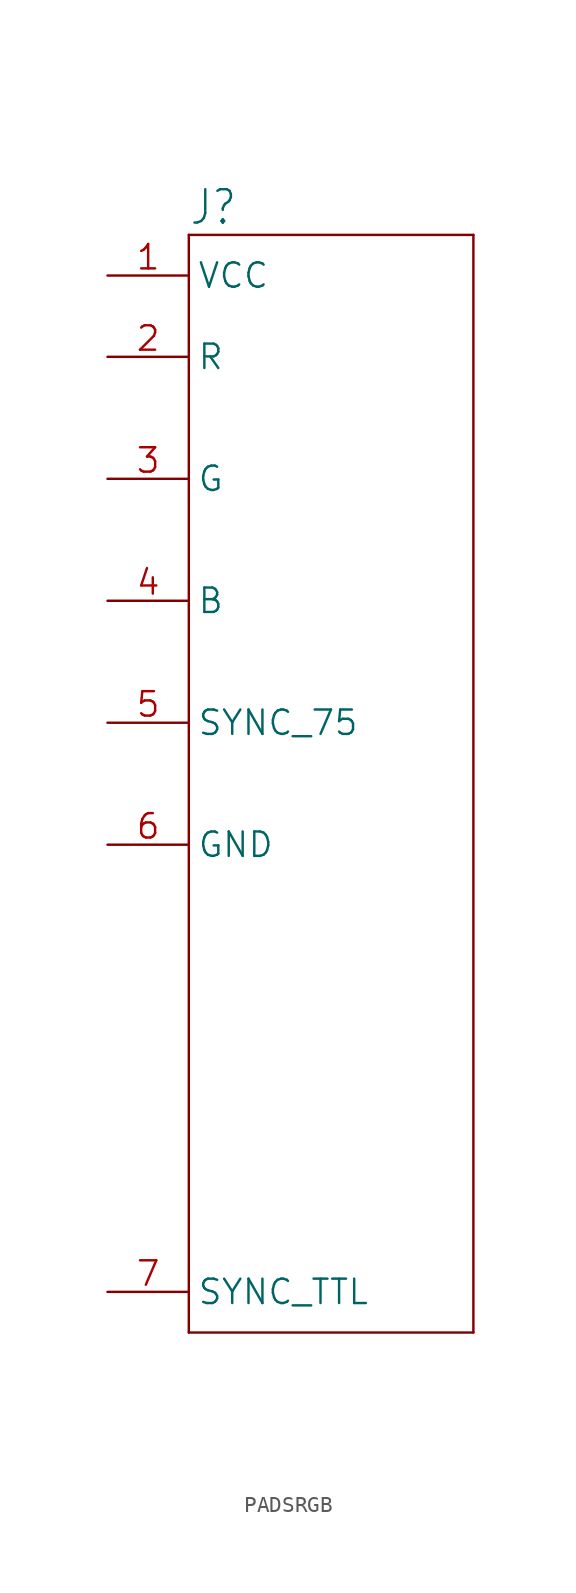
<source format=kicad_sym>
(kicad_symbol_lib
  (version 20241209)
  (generator "kicad_symbol_editor")
  (generator_version "9.0")
  (symbol "PADSRGB"
    (property "Reference" "J"
      (at 0 0.508 0)
      (effects (font (size 2.083 1.77)) (justify left bottom)))
    (property "Value" ""
      (at 0 -70.866 0)
      (effects (font (size 2.083 1.77)) (justify left bottom)))
    (property "ki_locked" ""
      (at 0 0 0)
      (effects (font (size 1.27 1.27))))
    (symbol "PADSRGB_1_0"
      (polyline (pts (xy 0 0) (xy 0 -68.58)) (stroke (width 0.152) (type solid)) (fill (type none)))
      (polyline (pts (xy 0 0) (xy 17.78 0)) (stroke (width 0.152) (type solid)) (fill (type none)))
      (polyline (pts (xy 17.78 -68.58) (xy 0 -68.58)) (stroke (width 0.152) (type solid)) (fill (type none)))
      (polyline (pts (xy 17.78 -68.58) (xy 17.78 0)) (stroke (width 0.152) (type solid)) (fill (type none)))
      (pin passive line (at -5.08 -2.54 0) (length 5.08) (name "VCC" (effects (font (size 1.524 1.524)))) (number "1" (effects (font (size 1.524 1.524)))))
      (pin passive line (at -5.08 -7.62 0) (length 5.08) (name "R" (effects (font (size 1.524 1.524)))) (number "2" (effects (font (size 1.524 1.524)))))
      (pin passive line (at -5.08 -15.24 0) (length 5.08) (name "G" (effects (font (size 1.524 1.524)))) (number "3" (effects (font (size 1.524 1.524)))))
      (pin passive line (at -5.08 -22.86 0) (length 5.08) (name "B" (effects (font (size 1.524 1.524)))) (number "4" (effects (font (size 1.524 1.524)))))
      (pin passive line (at -5.08 -30.48 0) (length 5.08) (name "SYNC_75" (effects (font (size 1.524 1.524)))) (number "5" (effects (font (size 1.524 1.524)))))
      (pin passive line (at -5.08 -38.1 0) (length 5.08) (name "GND" (effects (font (size 1.524 1.524)))) (number "6" (effects (font (size 1.524 1.524)))))
      (pin passive line (at -5.08 -66.04 0) (length 5.08) (name "SYNC_TTL" (effects (font (size 1.524 1.524)))) (number "7" (effects (font (size 1.524 1.524))))))))
</source>
